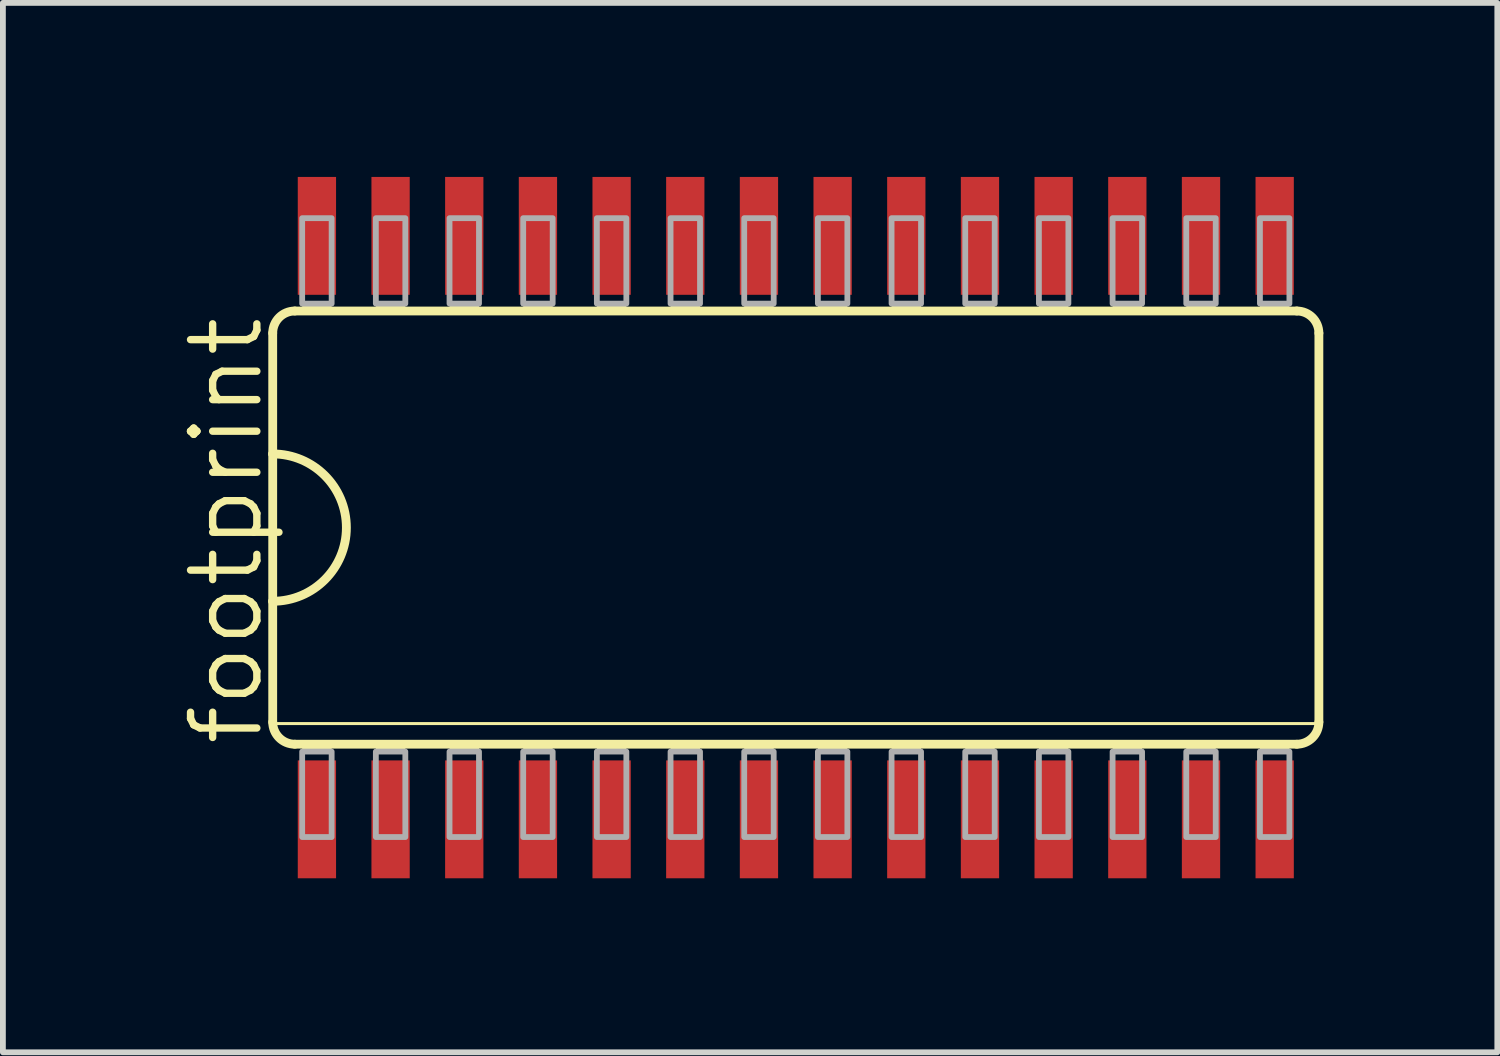
<source format=kicad_pcb>
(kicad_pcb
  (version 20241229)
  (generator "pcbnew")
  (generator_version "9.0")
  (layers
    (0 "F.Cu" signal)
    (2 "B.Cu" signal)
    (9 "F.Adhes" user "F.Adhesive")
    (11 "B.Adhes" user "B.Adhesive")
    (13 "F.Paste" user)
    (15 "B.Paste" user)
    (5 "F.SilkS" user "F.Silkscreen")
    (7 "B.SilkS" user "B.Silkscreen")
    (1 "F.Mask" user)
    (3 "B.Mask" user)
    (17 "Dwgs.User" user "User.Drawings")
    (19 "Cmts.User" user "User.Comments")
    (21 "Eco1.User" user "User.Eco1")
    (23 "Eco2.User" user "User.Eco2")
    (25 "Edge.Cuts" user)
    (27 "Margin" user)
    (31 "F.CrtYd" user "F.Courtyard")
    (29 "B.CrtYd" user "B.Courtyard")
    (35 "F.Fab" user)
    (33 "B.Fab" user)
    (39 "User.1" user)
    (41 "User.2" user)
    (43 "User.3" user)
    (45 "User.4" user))
  (footprint "footprint"
    (layer "F.Cu")
    (at 10.668 6.045)
    (property "Reference" "footprint" (at -9.144 3.81 90) (layer "F.SilkS") (effects (font (size 1.143 1.143) (thickness 0.127)) (justify left bottom)))
    (fp_line (start -9.017 -3.353) (end -9.017 -1.27) (stroke (width 0.152) (type solid)) (layer "F.SilkS"))
    (fp_line (start -9.017 -1.27) (end -9.017 1.27) (stroke (width 0.152) (type solid)) (layer "F.SilkS"))
    (fp_line (start -9.017 1.27) (end -9.017 3.353) (stroke (width 0.152) (type solid)) (layer "F.SilkS"))
    (fp_line (start -9.017 3.378) (end 9.017 3.378) (stroke (width 0.051) (type solid)) (layer "F.SilkS"))
    (fp_line (start -8.636 3.734) (end 8.636 3.734) (stroke (width 0.152) (type solid)) (layer "F.SilkS"))
    (fp_line (start 8.636 -3.734) (end -8.636 -3.734) (stroke (width 0.152) (type solid)) (layer "F.SilkS"))
    (fp_line (start 9.017 3.353) (end 9.017 -3.353) (stroke (width 0.152) (type solid)) (layer "F.SilkS"))
    (fp_arc (start -9.017 -3.3528) (mid -8.905408 -3.622208) (end -8.636 -3.7338) (stroke (width 0.1524) (type solid)) (layer "F.SilkS"))
    (fp_arc (start -9.017 -1.27) (mid -7.747 0) (end -9.017 1.27) (stroke (width 0.1524) (type solid)) (layer "F.SilkS"))
    (fp_arc (start -8.636 3.7338) (mid -8.905408 3.622208) (end -9.017 3.3528) (stroke (width 0.1524) (type solid)) (layer "F.SilkS"))
    (fp_arc (start 8.636 -3.7338) (mid 8.905408 -3.622208) (end 9.017 -3.3528) (stroke (width 0.1524) (type solid)) (layer "F.SilkS"))
    (fp_arc (start 9.017 3.3528) (mid 8.905408 3.622208) (end 8.636 3.7338) (stroke (width 0.1524) (type solid)) (layer "F.SilkS"))
    (fp_poly (pts (xy -8.509 -3.734) (xy -8.001 -3.734) (xy -8.001 -3.861) (xy -8.509 -3.861)) (stroke (width 0) (type solid)) (fill yes) (layer "F.SilkS"))
    (fp_poly (pts (xy -8.509 3.861) (xy -8.001 3.861) (xy -8.001 3.734) (xy -8.509 3.734)) (stroke (width 0) (type solid)) (fill yes) (layer "F.SilkS"))
    (fp_poly (pts (xy -7.239 -3.734) (xy -6.731 -3.734) (xy -6.731 -3.861) (xy -7.239 -3.861)) (stroke (width 0) (type solid)) (fill yes) (layer "F.SilkS"))
    (fp_poly (pts (xy -7.239 3.861) (xy -6.731 3.861) (xy -6.731 3.734) (xy -7.239 3.734)) (stroke (width 0) (type solid)) (fill yes) (layer "F.SilkS"))
    (fp_poly (pts (xy -5.969 -3.734) (xy -5.461 -3.734) (xy -5.461 -3.861) (xy -5.969 -3.861)) (stroke (width 0) (type solid)) (fill yes) (layer "F.SilkS"))
    (fp_poly (pts (xy -5.969 3.861) (xy -5.461 3.861) (xy -5.461 3.734) (xy -5.969 3.734)) (stroke (width 0) (type solid)) (fill yes) (layer "F.SilkS"))
    (fp_poly (pts (xy -4.699 -3.734) (xy -4.191 -3.734) (xy -4.191 -3.861) (xy -4.699 -3.861)) (stroke (width 0) (type solid)) (fill yes) (layer "F.SilkS"))
    (fp_poly (pts (xy -4.699 3.861) (xy -4.191 3.861) (xy -4.191 3.734) (xy -4.699 3.734)) (stroke (width 0) (type solid)) (fill yes) (layer "F.SilkS"))
    (fp_poly (pts (xy -3.429 -3.734) (xy -2.921 -3.734) (xy -2.921 -3.861) (xy -3.429 -3.861)) (stroke (width 0) (type solid)) (fill yes) (layer "F.SilkS"))
    (fp_poly (pts (xy -3.429 3.861) (xy -2.921 3.861) (xy -2.921 3.734) (xy -3.429 3.734)) (stroke (width 0) (type solid)) (fill yes) (layer "F.SilkS"))
    (fp_poly (pts (xy -2.159 -3.734) (xy -1.651 -3.734) (xy -1.651 -3.861) (xy -2.159 -3.861)) (stroke (width 0) (type solid)) (fill yes) (layer "F.SilkS"))
    (fp_poly (pts (xy -2.159 3.861) (xy -1.651 3.861) (xy -1.651 3.734) (xy -2.159 3.734)) (stroke (width 0) (type solid)) (fill yes) (layer "F.SilkS"))
    (fp_poly (pts (xy -0.889 -3.734) (xy -0.381 -3.734) (xy -0.381 -3.861) (xy -0.889 -3.861)) (stroke (width 0) (type solid)) (fill yes) (layer "F.SilkS"))
    (fp_poly (pts (xy -0.889 3.861) (xy -0.381 3.861) (xy -0.381 3.734) (xy -0.889 3.734)) (stroke (width 0) (type solid)) (fill yes) (layer "F.SilkS"))
    (fp_poly (pts (xy 0.381 -3.734) (xy 0.889 -3.734) (xy 0.889 -3.861) (xy 0.381 -3.861)) (stroke (width 0) (type solid)) (fill yes) (layer "F.SilkS"))
    (fp_poly (pts (xy 0.381 3.861) (xy 0.889 3.861) (xy 0.889 3.734) (xy 0.381 3.734)) (stroke (width 0) (type solid)) (fill yes) (layer "F.SilkS"))
    (fp_poly (pts (xy 1.651 -3.734) (xy 2.159 -3.734) (xy 2.159 -3.861) (xy 1.651 -3.861)) (stroke (width 0) (type solid)) (fill yes) (layer "F.SilkS"))
    (fp_poly (pts (xy 1.651 3.861) (xy 2.159 3.861) (xy 2.159 3.734) (xy 1.651 3.734)) (stroke (width 0) (type solid)) (fill yes) (layer "F.SilkS"))
    (fp_poly (pts (xy 2.921 -3.734) (xy 3.429 -3.734) (xy 3.429 -3.861) (xy 2.921 -3.861)) (stroke (width 0) (type solid)) (fill yes) (layer "F.SilkS"))
    (fp_poly (pts (xy 2.921 3.861) (xy 3.429 3.861) (xy 3.429 3.734) (xy 2.921 3.734)) (stroke (width 0) (type solid)) (fill yes) (layer "F.SilkS"))
    (fp_poly (pts (xy 4.191 -3.734) (xy 4.699 -3.734) (xy 4.699 -3.861) (xy 4.191 -3.861)) (stroke (width 0) (type solid)) (fill yes) (layer "F.SilkS"))
    (fp_poly (pts (xy 4.191 3.861) (xy 4.699 3.861) (xy 4.699 3.734) (xy 4.191 3.734)) (stroke (width 0) (type solid)) (fill yes) (layer "F.SilkS"))
    (fp_poly (pts (xy 5.461 -3.734) (xy 5.969 -3.734) (xy 5.969 -3.861) (xy 5.461 -3.861)) (stroke (width 0) (type solid)) (fill yes) (layer "F.SilkS"))
    (fp_poly (pts (xy 5.461 3.861) (xy 5.969 3.861) (xy 5.969 3.734) (xy 5.461 3.734)) (stroke (width 0) (type solid)) (fill yes) (layer "F.SilkS"))
    (fp_poly (pts (xy 6.731 -3.734) (xy 7.239 -3.734) (xy 7.239 -3.861) (xy 6.731 -3.861)) (stroke (width 0) (type solid)) (fill yes) (layer "F.SilkS"))
    (fp_poly (pts (xy 6.731 3.861) (xy 7.239 3.861) (xy 7.239 3.734) (xy 6.731 3.734)) (stroke (width 0) (type solid)) (fill yes) (layer "F.SilkS"))
    (fp_poly (pts (xy 8.001 -3.734) (xy 8.509 -3.734) (xy 8.509 -3.861) (xy 8.001 -3.861)) (stroke (width 0) (type solid)) (fill yes) (layer "F.SilkS"))
    (fp_poly (pts (xy 8.001 3.861) (xy 8.509 3.861) (xy 8.509 3.734) (xy 8.001 3.734)) (stroke (width 0) (type solid)) (fill yes) (layer "F.SilkS"))
    (fp_poly (pts (xy -8.509 -3.861) (xy -8.001 -3.861) (xy -8.001 -5.334) (xy -8.509 -5.334)) (stroke (width 0.1) (type solid)) (fill no) (layer "F.Fab"))
    (fp_poly (pts (xy -8.509 5.334) (xy -8.001 5.334) (xy -8.001 3.861) (xy -8.509 3.861)) (stroke (width 0.1) (type solid)) (fill no) (layer "F.Fab"))
    (fp_poly (pts (xy -7.239 -3.861) (xy -6.731 -3.861) (xy -6.731 -5.334) (xy -7.239 -5.334)) (stroke (width 0.1) (type solid)) (fill no) (layer "F.Fab"))
    (fp_poly (pts (xy -7.239 5.334) (xy -6.731 5.334) (xy -6.731 3.861) (xy -7.239 3.861)) (stroke (width 0.1) (type solid)) (fill no) (layer "F.Fab"))
    (fp_poly (pts (xy -5.969 -3.861) (xy -5.461 -3.861) (xy -5.461 -5.334) (xy -5.969 -5.334)) (stroke (width 0.1) (type solid)) (fill no) (layer "F.Fab"))
    (fp_poly (pts (xy -5.969 5.334) (xy -5.461 5.334) (xy -5.461 3.861) (xy -5.969 3.861)) (stroke (width 0.1) (type solid)) (fill no) (layer "F.Fab"))
    (fp_poly (pts (xy -4.699 -3.861) (xy -4.191 -3.861) (xy -4.191 -5.334) (xy -4.699 -5.334)) (stroke (width 0.1) (type solid)) (fill no) (layer "F.Fab"))
    (fp_poly (pts (xy -4.699 5.334) (xy -4.191 5.334) (xy -4.191 3.861) (xy -4.699 3.861)) (stroke (width 0.1) (type solid)) (fill no) (layer "F.Fab"))
    (fp_poly (pts (xy -3.429 -3.861) (xy -2.921 -3.861) (xy -2.921 -5.334) (xy -3.429 -5.334)) (stroke (width 0.1) (type solid)) (fill no) (layer "F.Fab"))
    (fp_poly (pts (xy -3.429 5.334) (xy -2.921 5.334) (xy -2.921 3.861) (xy -3.429 3.861)) (stroke (width 0.1) (type solid)) (fill no) (layer "F.Fab"))
    (fp_poly (pts (xy -2.159 -3.861) (xy -1.651 -3.861) (xy -1.651 -5.334) (xy -2.159 -5.334)) (stroke (width 0.1) (type solid)) (fill no) (layer "F.Fab"))
    (fp_poly (pts (xy -2.159 5.334) (xy -1.651 5.334) (xy -1.651 3.861) (xy -2.159 3.861)) (stroke (width 0.1) (type solid)) (fill no) (layer "F.Fab"))
    (fp_poly (pts (xy -0.889 -3.861) (xy -0.381 -3.861) (xy -0.381 -5.334) (xy -0.889 -5.334)) (stroke (width 0.1) (type solid)) (fill no) (layer "F.Fab"))
    (fp_poly (pts (xy -0.889 5.334) (xy -0.381 5.334) (xy -0.381 3.861) (xy -0.889 3.861)) (stroke (width 0.1) (type solid)) (fill no) (layer "F.Fab"))
    (fp_poly (pts (xy 0.381 -3.861) (xy 0.889 -3.861) (xy 0.889 -5.334) (xy 0.381 -5.334)) (stroke (width 0.1) (type solid)) (fill no) (layer "F.Fab"))
    (fp_poly (pts (xy 0.381 5.334) (xy 0.889 5.334) (xy 0.889 3.861) (xy 0.381 3.861)) (stroke (width 0.1) (type solid)) (fill no) (layer "F.Fab"))
    (fp_poly (pts (xy 1.651 -3.861) (xy 2.159 -3.861) (xy 2.159 -5.334) (xy 1.651 -5.334)) (stroke (width 0.1) (type solid)) (fill no) (layer "F.Fab"))
    (fp_poly (pts (xy 1.651 5.334) (xy 2.159 5.334) (xy 2.159 3.861) (xy 1.651 3.861)) (stroke (width 0.1) (type solid)) (fill no) (layer "F.Fab"))
    (fp_poly (pts (xy 2.921 -3.861) (xy 3.429 -3.861) (xy 3.429 -5.334) (xy 2.921 -5.334)) (stroke (width 0.1) (type solid)) (fill no) (layer "F.Fab"))
    (fp_poly (pts (xy 2.921 5.334) (xy 3.429 5.334) (xy 3.429 3.861) (xy 2.921 3.861)) (stroke (width 0.1) (type solid)) (fill no) (layer "F.Fab"))
    (fp_poly (pts (xy 4.191 -3.861) (xy 4.699 -3.861) (xy 4.699 -5.334) (xy 4.191 -5.334)) (stroke (width 0.1) (type solid)) (fill no) (layer "F.Fab"))
    (fp_poly (pts (xy 4.191 5.334) (xy 4.699 5.334) (xy 4.699 3.861) (xy 4.191 3.861)) (stroke (width 0.1) (type solid)) (fill no) (layer "F.Fab"))
    (fp_poly (pts (xy 5.461 -3.861) (xy 5.969 -3.861) (xy 5.969 -5.334) (xy 5.461 -5.334)) (stroke (width 0.1) (type solid)) (fill no) (layer "F.Fab"))
    (fp_poly (pts (xy 5.461 5.334) (xy 5.969 5.334) (xy 5.969 3.861) (xy 5.461 3.861)) (stroke (width 0.1) (type solid)) (fill no) (layer "F.Fab"))
    (fp_poly (pts (xy 6.731 -3.861) (xy 7.239 -3.861) (xy 7.239 -5.334) (xy 6.731 -5.334)) (stroke (width 0.1) (type solid)) (fill no) (layer "F.Fab"))
    (fp_poly (pts (xy 6.731 5.334) (xy 7.239 5.334) (xy 7.239 3.861) (xy 6.731 3.861)) (stroke (width 0.1) (type solid)) (fill no) (layer "F.Fab"))
    (fp_poly (pts (xy 8.001 -3.861) (xy 8.509 -3.861) (xy 8.509 -5.334) (xy 8.001 -5.334)) (stroke (width 0.1) (type solid)) (fill no) (layer "F.Fab"))
    (fp_poly (pts (xy 8.001 5.334) (xy 8.509 5.334) (xy 8.509 3.861) (xy 8.001 3.861)) (stroke (width 0.1) (type solid)) (fill no) (layer "F.Fab"))
    (pad "1" smd rect (at -8.255 5.029) (size 0.66 2.032) (layers "F.Cu" "F.Mask" "F.Paste"))
    (pad "2" smd rect (at -6.985 5.029) (size 0.66 2.032) (layers "F.Cu" "F.Mask" "F.Paste"))
    (pad "3" smd rect (at -5.715 5.029) (size 0.66 2.032) (layers "F.Cu" "F.Mask" "F.Paste"))
    (pad "4" smd rect (at -4.445 5.029) (size 0.66 2.032) (layers "F.Cu" "F.Mask" "F.Paste"))
    (pad "5" smd rect (at -3.175 5.029) (size 0.66 2.032) (layers "F.Cu" "F.Mask" "F.Paste"))
    (pad "6" smd rect (at -1.905 5.029) (size 0.66 2.032) (layers "F.Cu" "F.Mask" "F.Paste"))
    (pad "7" smd rect (at -0.635 5.029) (size 0.66 2.032) (layers "F.Cu" "F.Mask" "F.Paste"))
    (pad "8" smd rect (at 0.635 5.029) (size 0.66 2.032) (layers "F.Cu" "F.Mask" "F.Paste"))
    (pad "9" smd rect (at 1.905 5.029) (size 0.66 2.032) (layers "F.Cu" "F.Mask" "F.Paste"))
    (pad "10" smd rect (at 3.175 5.029) (size 0.66 2.032) (layers "F.Cu" "F.Mask" "F.Paste"))
    (pad "11" smd rect (at 4.445 5.029) (size 0.66 2.032) (layers "F.Cu" "F.Mask" "F.Paste"))
    (pad "12" smd rect (at 5.715 5.029) (size 0.66 2.032) (layers "F.Cu" "F.Mask" "F.Paste"))
    (pad "13" smd rect (at 6.985 5.029) (size 0.66 2.032) (layers "F.Cu" "F.Mask" "F.Paste"))
    (pad "14" smd rect (at 8.255 5.029) (size 0.66 2.032) (layers "F.Cu" "F.Mask" "F.Paste"))
    (pad "15" smd rect (at 8.255 -5.029) (size 0.66 2.032) (layers "F.Cu" "F.Mask" "F.Paste"))
    (pad "16" smd rect (at 6.985 -5.029) (size 0.66 2.032) (layers "F.Cu" "F.Mask" "F.Paste"))
    (pad "17" smd rect (at 5.715 -5.029) (size 0.66 2.032) (layers "F.Cu" "F.Mask" "F.Paste"))
    (pad "18" smd rect (at 4.445 -5.029) (size 0.66 2.032) (layers "F.Cu" "F.Mask" "F.Paste"))
    (pad "19" smd rect (at 3.175 -5.029) (size 0.66 2.032) (layers "F.Cu" "F.Mask" "F.Paste"))
    (pad "20" smd rect (at 1.905 -5.029) (size 0.66 2.032) (layers "F.Cu" "F.Mask" "F.Paste"))
    (pad "21" smd rect (at 0.635 -5.029) (size 0.66 2.032) (layers "F.Cu" "F.Mask" "F.Paste"))
    (pad "22" smd rect (at -0.635 -5.029) (size 0.66 2.032) (layers "F.Cu" "F.Mask" "F.Paste"))
    (pad "23" smd rect (at -1.905 -5.029) (size 0.66 2.032) (layers "F.Cu" "F.Mask" "F.Paste"))
    (pad "24" smd rect (at -3.175 -5.029) (size 0.66 2.032) (layers "F.Cu" "F.Mask" "F.Paste"))
    (pad "25" smd rect (at -4.445 -5.029) (size 0.66 2.032) (layers "F.Cu" "F.Mask" "F.Paste"))
    (pad "26" smd rect (at -5.715 -5.029) (size 0.66 2.032) (layers "F.Cu" "F.Mask" "F.Paste"))
    (pad "27" smd rect (at -6.985 -5.029) (size 0.66 2.032) (layers "F.Cu" "F.Mask" "F.Paste"))
    (pad "28" smd rect (at -8.255 -5.029) (size 0.66 2.032) (layers "F.Cu" "F.Mask" "F.Paste")))
  (gr_rect
    (start -3 -3)
    (end 22.761 15.09)
    (stroke (width 0.1) (type default))
    (fill no)
    (layer "Edge.Cuts")))
</source>
